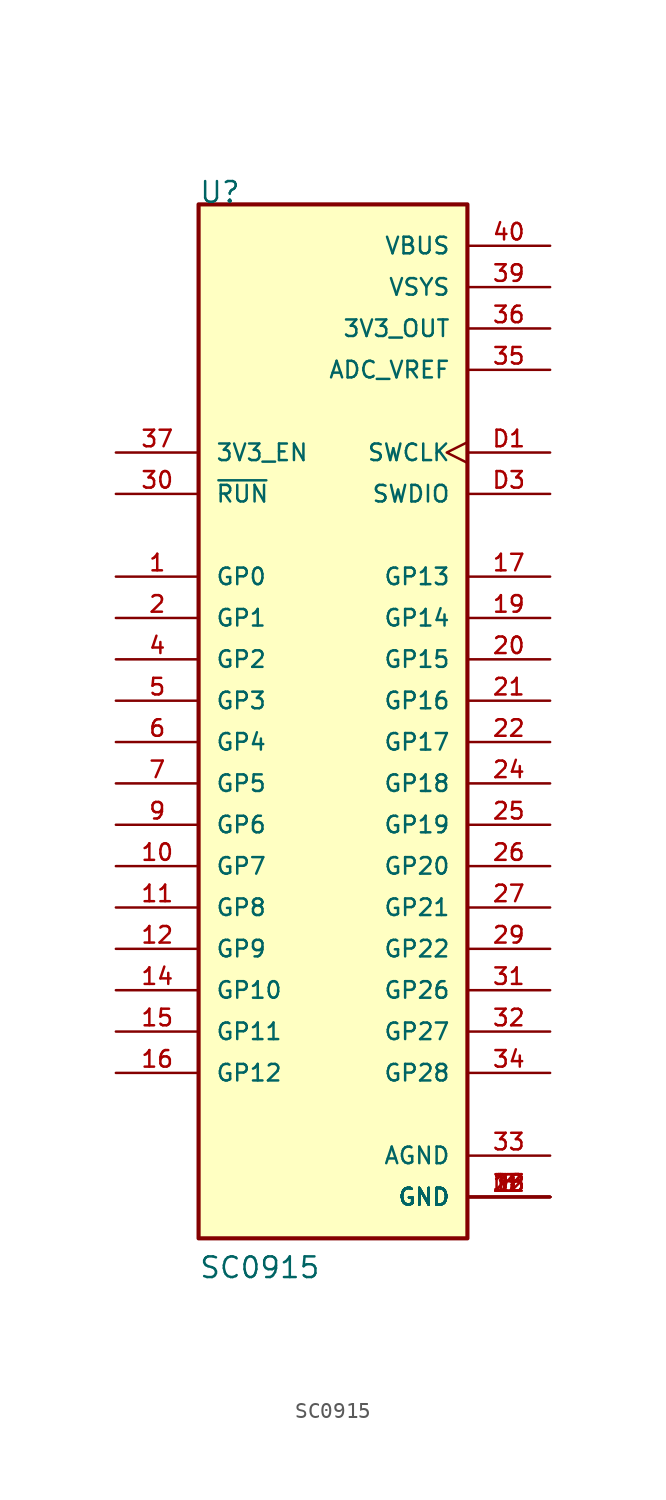
<source format=kicad_sym>
(kicad_symbol_lib
  (version 20211014)
  (generator kicad_symbol_editor)
  (symbol "SC0915"
    (pin_names
      (offset 1.016))
    (property "Reference" "U"
      (at -7.62 30.48 0)
      (effects (font (size 1.27 1.27)) (justify left bottom)))
    (property "Value" "SC0915"
      (at -7.62 -35.56 0)
      (effects (font (size 1.27 1.27)) (justify left bottom)))
    (property "ki_locked" ""
      (at 0 0 0)
      (effects (font (size 1.27 1.27))))
    (symbol "SC0915_0_0"
      (rectangle (start -7.62 30.48) (end 8.89 -33.02) (stroke (width 0.254) (type default) (color 0 0 0 0)) (fill (type background)))
      (pin bidirectional line (at -12.7 7.62 0) (length 5.08) (name "GP0" (effects (font (size 1.016 1.016)))) (number "1" (effects (font (size 1.016 1.016)))))
      (pin bidirectional line (at -12.7 -10.16 0) (length 5.08) (name "GP7" (effects (font (size 1.016 1.016)))) (number "10" (effects (font (size 1.016 1.016)))))
      (pin bidirectional line (at -12.7 -12.7 0) (length 5.08) (name "GP8" (effects (font (size 1.016 1.016)))) (number "11" (effects (font (size 1.016 1.016)))))
      (pin bidirectional line (at -12.7 -15.24 0) (length 5.08) (name "GP9" (effects (font (size 1.016 1.016)))) (number "12" (effects (font (size 1.016 1.016)))))
      (pin power_in line (at 13.97 -30.48 180) (length 5.08) (name "GND" (effects (font (size 1.016 1.016)))) (number "13" (effects (font (size 1.016 1.016)))))
      (pin bidirectional line (at -12.7 -17.78 0) (length 5.08) (name "GP10" (effects (font (size 1.016 1.016)))) (number "14" (effects (font (size 1.016 1.016)))))
      (pin bidirectional line (at -12.7 -20.32 0) (length 5.08) (name "GP11" (effects (font (size 1.016 1.016)))) (number "15" (effects (font (size 1.016 1.016)))))
      (pin bidirectional line (at -12.7 -22.86 0) (length 5.08) (name "GP12" (effects (font (size 1.016 1.016)))) (number "16" (effects (font (size 1.016 1.016)))))
      (pin bidirectional line (at 13.97 7.62 180) (length 5.08) (name "GP13" (effects (font (size 1.016 1.016)))) (number "17" (effects (font (size 1.016 1.016)))))
      (pin power_in line (at 13.97 -30.48 180) (length 5.08) (name "GND" (effects (font (size 1.016 1.016)))) (number "18" (effects (font (size 1.016 1.016)))))
      (pin bidirectional line (at 13.97 5.08 180) (length 5.08) (name "GP14" (effects (font (size 1.016 1.016)))) (number "19" (effects (font (size 1.016 1.016)))))
      (pin bidirectional line (at -12.7 5.08 0) (length 5.08) (name "GP1" (effects (font (size 1.016 1.016)))) (number "2" (effects (font (size 1.016 1.016)))))
      (pin bidirectional line (at 13.97 2.54 180) (length 5.08) (name "GP15" (effects (font (size 1.016 1.016)))) (number "20" (effects (font (size 1.016 1.016)))))
      (pin bidirectional line (at 13.97 0 180) (length 5.08) (name "GP16" (effects (font (size 1.016 1.016)))) (number "21" (effects (font (size 1.016 1.016)))))
      (pin bidirectional line (at 13.97 -2.54 180) (length 5.08) (name "GP17" (effects (font (size 1.016 1.016)))) (number "22" (effects (font (size 1.016 1.016)))))
      (pin power_in line (at 13.97 -30.48 180) (length 5.08) (name "GND" (effects (font (size 1.016 1.016)))) (number "23" (effects (font (size 1.016 1.016)))))
      (pin bidirectional line (at 13.97 -5.08 180) (length 5.08) (name "GP18" (effects (font (size 1.016 1.016)))) (number "24" (effects (font (size 1.016 1.016)))))
      (pin bidirectional line (at 13.97 -7.62 180) (length 5.08) (name "GP19" (effects (font (size 1.016 1.016)))) (number "25" (effects (font (size 1.016 1.016)))))
      (pin bidirectional line (at 13.97 -10.16 180) (length 5.08) (name "GP20" (effects (font (size 1.016 1.016)))) (number "26" (effects (font (size 1.016 1.016)))))
      (pin bidirectional line (at 13.97 -12.7 180) (length 5.08) (name "GP21" (effects (font (size 1.016 1.016)))) (number "27" (effects (font (size 1.016 1.016)))))
      (pin power_in line (at 13.97 -30.48 180) (length 5.08) (name "GND" (effects (font (size 1.016 1.016)))) (number "28" (effects (font (size 1.016 1.016)))))
      (pin bidirectional line (at 13.97 -15.24 180) (length 5.08) (name "GP22" (effects (font (size 1.016 1.016)))) (number "29" (effects (font (size 1.016 1.016)))))
      (pin power_in line (at 13.97 -30.48 180) (length 5.08) (name "GND" (effects (font (size 1.016 1.016)))) (number "3" (effects (font (size 1.016 1.016)))))
      (pin input line (at -12.7 12.7 0) (length 5.08) (name "~{RUN}" (effects (font (size 1.016 1.016)))) (number "30" (effects (font (size 1.016 1.016)))))
      (pin bidirectional line (at 13.97 -17.78 180) (length 5.08) (name "GP26" (effects (font (size 1.016 1.016)))) (number "31" (effects (font (size 1.016 1.016)))))
      (pin bidirectional line (at 13.97 -20.32 180) (length 5.08) (name "GP27" (effects (font (size 1.016 1.016)))) (number "32" (effects (font (size 1.016 1.016)))))
      (pin power_in line (at 13.97 -27.94 180) (length 5.08) (name "AGND" (effects (font (size 1.016 1.016)))) (number "33" (effects (font (size 1.016 1.016)))))
      (pin bidirectional line (at 13.97 -22.86 180) (length 5.08) (name "GP28" (effects (font (size 1.016 1.016)))) (number "34" (effects (font (size 1.016 1.016)))))
      (pin power_in line (at 13.97 20.32 180) (length 5.08) (name "ADC_VREF" (effects (font (size 1.016 1.016)))) (number "35" (effects (font (size 1.016 1.016)))))
      (pin power_in line (at 13.97 22.86 180) (length 5.08) (name "3V3_OUT" (effects (font (size 1.016 1.016)))) (number "36" (effects (font (size 1.016 1.016)))))
      (pin input line (at -12.7 15.24 0) (length 5.08) (name "3V3_EN" (effects (font (size 1.016 1.016)))) (number "37" (effects (font (size 1.016 1.016)))))
      (pin power_in line (at 13.97 -30.48 180) (length 5.08) (name "GND" (effects (font (size 1.016 1.016)))) (number "38" (effects (font (size 1.016 1.016)))))
      (pin power_in line (at 13.97 25.4 180) (length 5.08) (name "VSYS" (effects (font (size 1.016 1.016)))) (number "39" (effects (font (size 1.016 1.016)))))
      (pin bidirectional line (at -12.7 2.54 0) (length 5.08) (name "GP2" (effects (font (size 1.016 1.016)))) (number "4" (effects (font (size 1.016 1.016)))))
      (pin power_in line (at 13.97 27.94 180) (length 5.08) (name "VBUS" (effects (font (size 1.016 1.016)))) (number "40" (effects (font (size 1.016 1.016)))))
      (pin bidirectional line (at -12.7 0 0) (length 5.08) (name "GP3" (effects (font (size 1.016 1.016)))) (number "5" (effects (font (size 1.016 1.016)))))
      (pin bidirectional line (at -12.7 -2.54 0) (length 5.08) (name "GP4" (effects (font (size 1.016 1.016)))) (number "6" (effects (font (size 1.016 1.016)))))
      (pin bidirectional line (at -12.7 -5.08 0) (length 5.08) (name "GP5" (effects (font (size 1.016 1.016)))) (number "7" (effects (font (size 1.016 1.016)))))
      (pin power_in line (at 13.97 -30.48 180) (length 5.08) (name "GND" (effects (font (size 1.016 1.016)))) (number "8" (effects (font (size 1.016 1.016)))))
      (pin bidirectional line (at -12.7 -7.62 0) (length 5.08) (name "GP6" (effects (font (size 1.016 1.016)))) (number "9" (effects (font (size 1.016 1.016)))))
      (pin input clock (at 13.97 15.24 180) (length 5.08) (name "SWCLK" (effects (font (size 1.016 1.016)))) (number "D1" (effects (font (size 1.016 1.016)))))
      (pin power_in line (at 13.97 -30.48 180) (length 5.08) (name "GND" (effects (font (size 1.016 1.016)))) (number "D2" (effects (font (size 1.016 1.016)))))
      (pin bidirectional line (at 13.97 12.7 180) (length 5.08) (name "SWDIO" (effects (font (size 1.016 1.016)))) (number "D3" (effects (font (size 1.016 1.016))))))))
</source>
